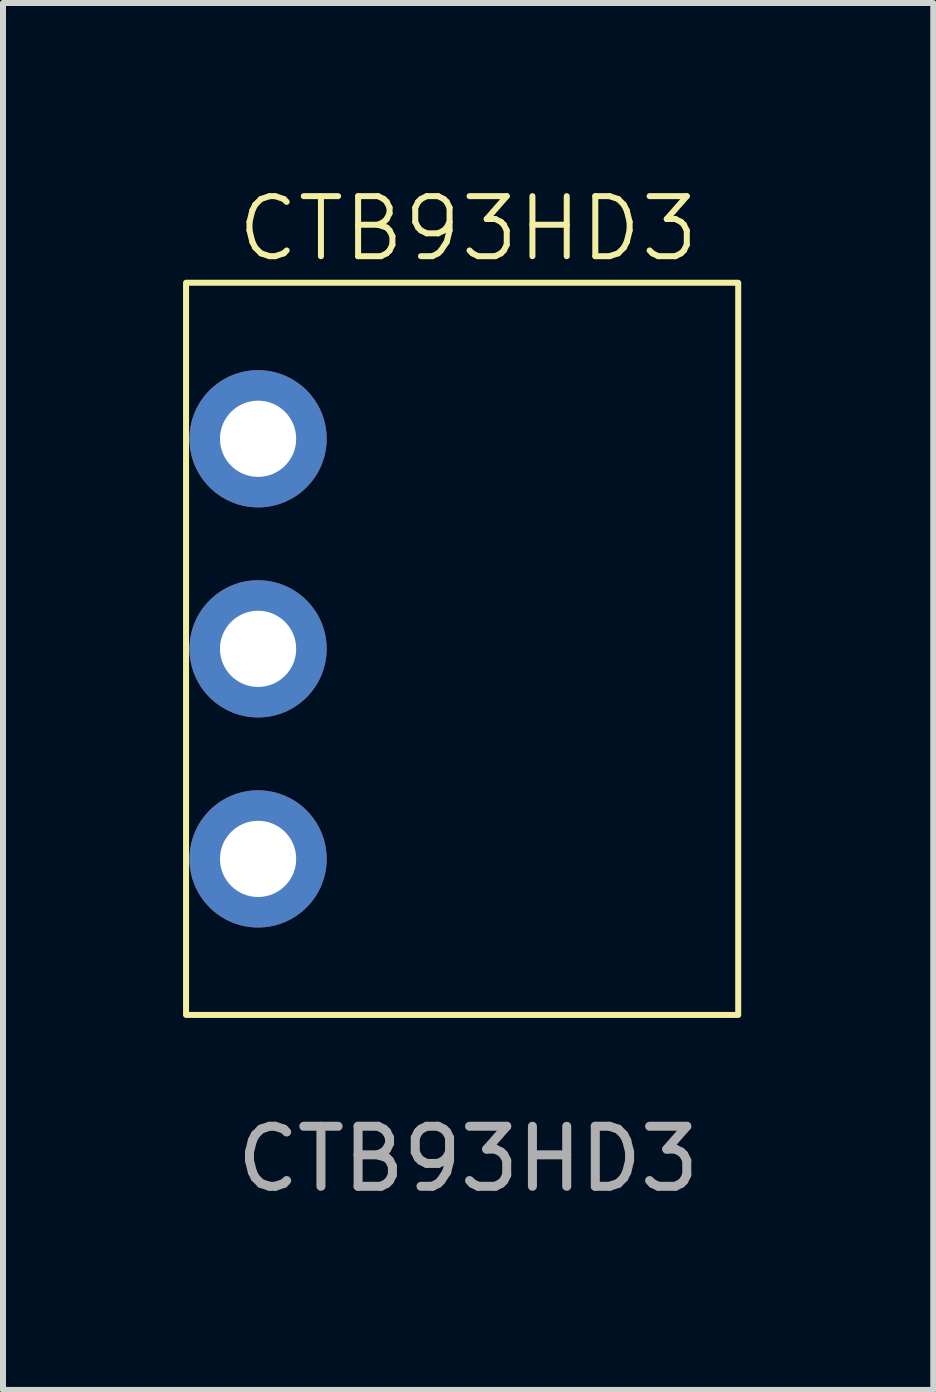
<source format=kicad_pcb>
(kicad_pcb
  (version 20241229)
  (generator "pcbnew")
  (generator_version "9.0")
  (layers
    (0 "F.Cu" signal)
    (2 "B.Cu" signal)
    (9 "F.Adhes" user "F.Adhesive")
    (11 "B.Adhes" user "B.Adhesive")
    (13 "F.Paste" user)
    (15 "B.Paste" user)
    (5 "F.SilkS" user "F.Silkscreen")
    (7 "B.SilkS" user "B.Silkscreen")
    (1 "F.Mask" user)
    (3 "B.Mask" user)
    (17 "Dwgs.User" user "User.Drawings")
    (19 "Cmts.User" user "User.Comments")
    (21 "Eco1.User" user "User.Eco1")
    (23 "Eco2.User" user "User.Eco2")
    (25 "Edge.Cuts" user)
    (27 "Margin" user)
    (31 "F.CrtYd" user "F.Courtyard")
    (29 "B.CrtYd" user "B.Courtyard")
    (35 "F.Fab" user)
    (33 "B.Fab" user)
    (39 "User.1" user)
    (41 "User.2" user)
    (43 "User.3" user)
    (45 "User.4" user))
  (footprint "CTB93HD3"
    (layer "F.Cu")
    (at 9.25 7.761)
    (property "Reference" "CTB93HD3" (at -4.5 -7 0) (unlocked yes) (layer "F.SilkS") (effects (font (size 1 1) (thickness 0.1))))
    (attr through_hole)
    (fp_rect (start -9.2 -6.1) (end 0 6.1) (stroke (width 0.1) (type default)) (fill no) (layer "F.SilkS"))
    (fp_text user "${REFERENCE}" (at -4.5 8.5 0) (unlocked yes) (layer "F.Fab") (effects (font (size 1 1) (thickness 0.15))))
    (pad "1" thru_hole circle (at -8 -3.5) (size 2.286 2.286) (drill 1.27) (layers "*.Cu" "*.Mask"))
    (pad "2" thru_hole circle (at -8 0) (size 2.286 2.286) (drill 1.27) (layers "*.Cu" "*.Mask"))
    (pad "3" thru_hole circle (at -8 3.5) (size 2.286 2.286) (drill 1.27) (layers "*.Cu" "*.Mask")))
  (gr_rect
    (start -3 -3)
    (end 12.5 20.109)
    (stroke (width 0.1) (type default))
    (fill no)
    (layer "Edge.Cuts")))
</source>
